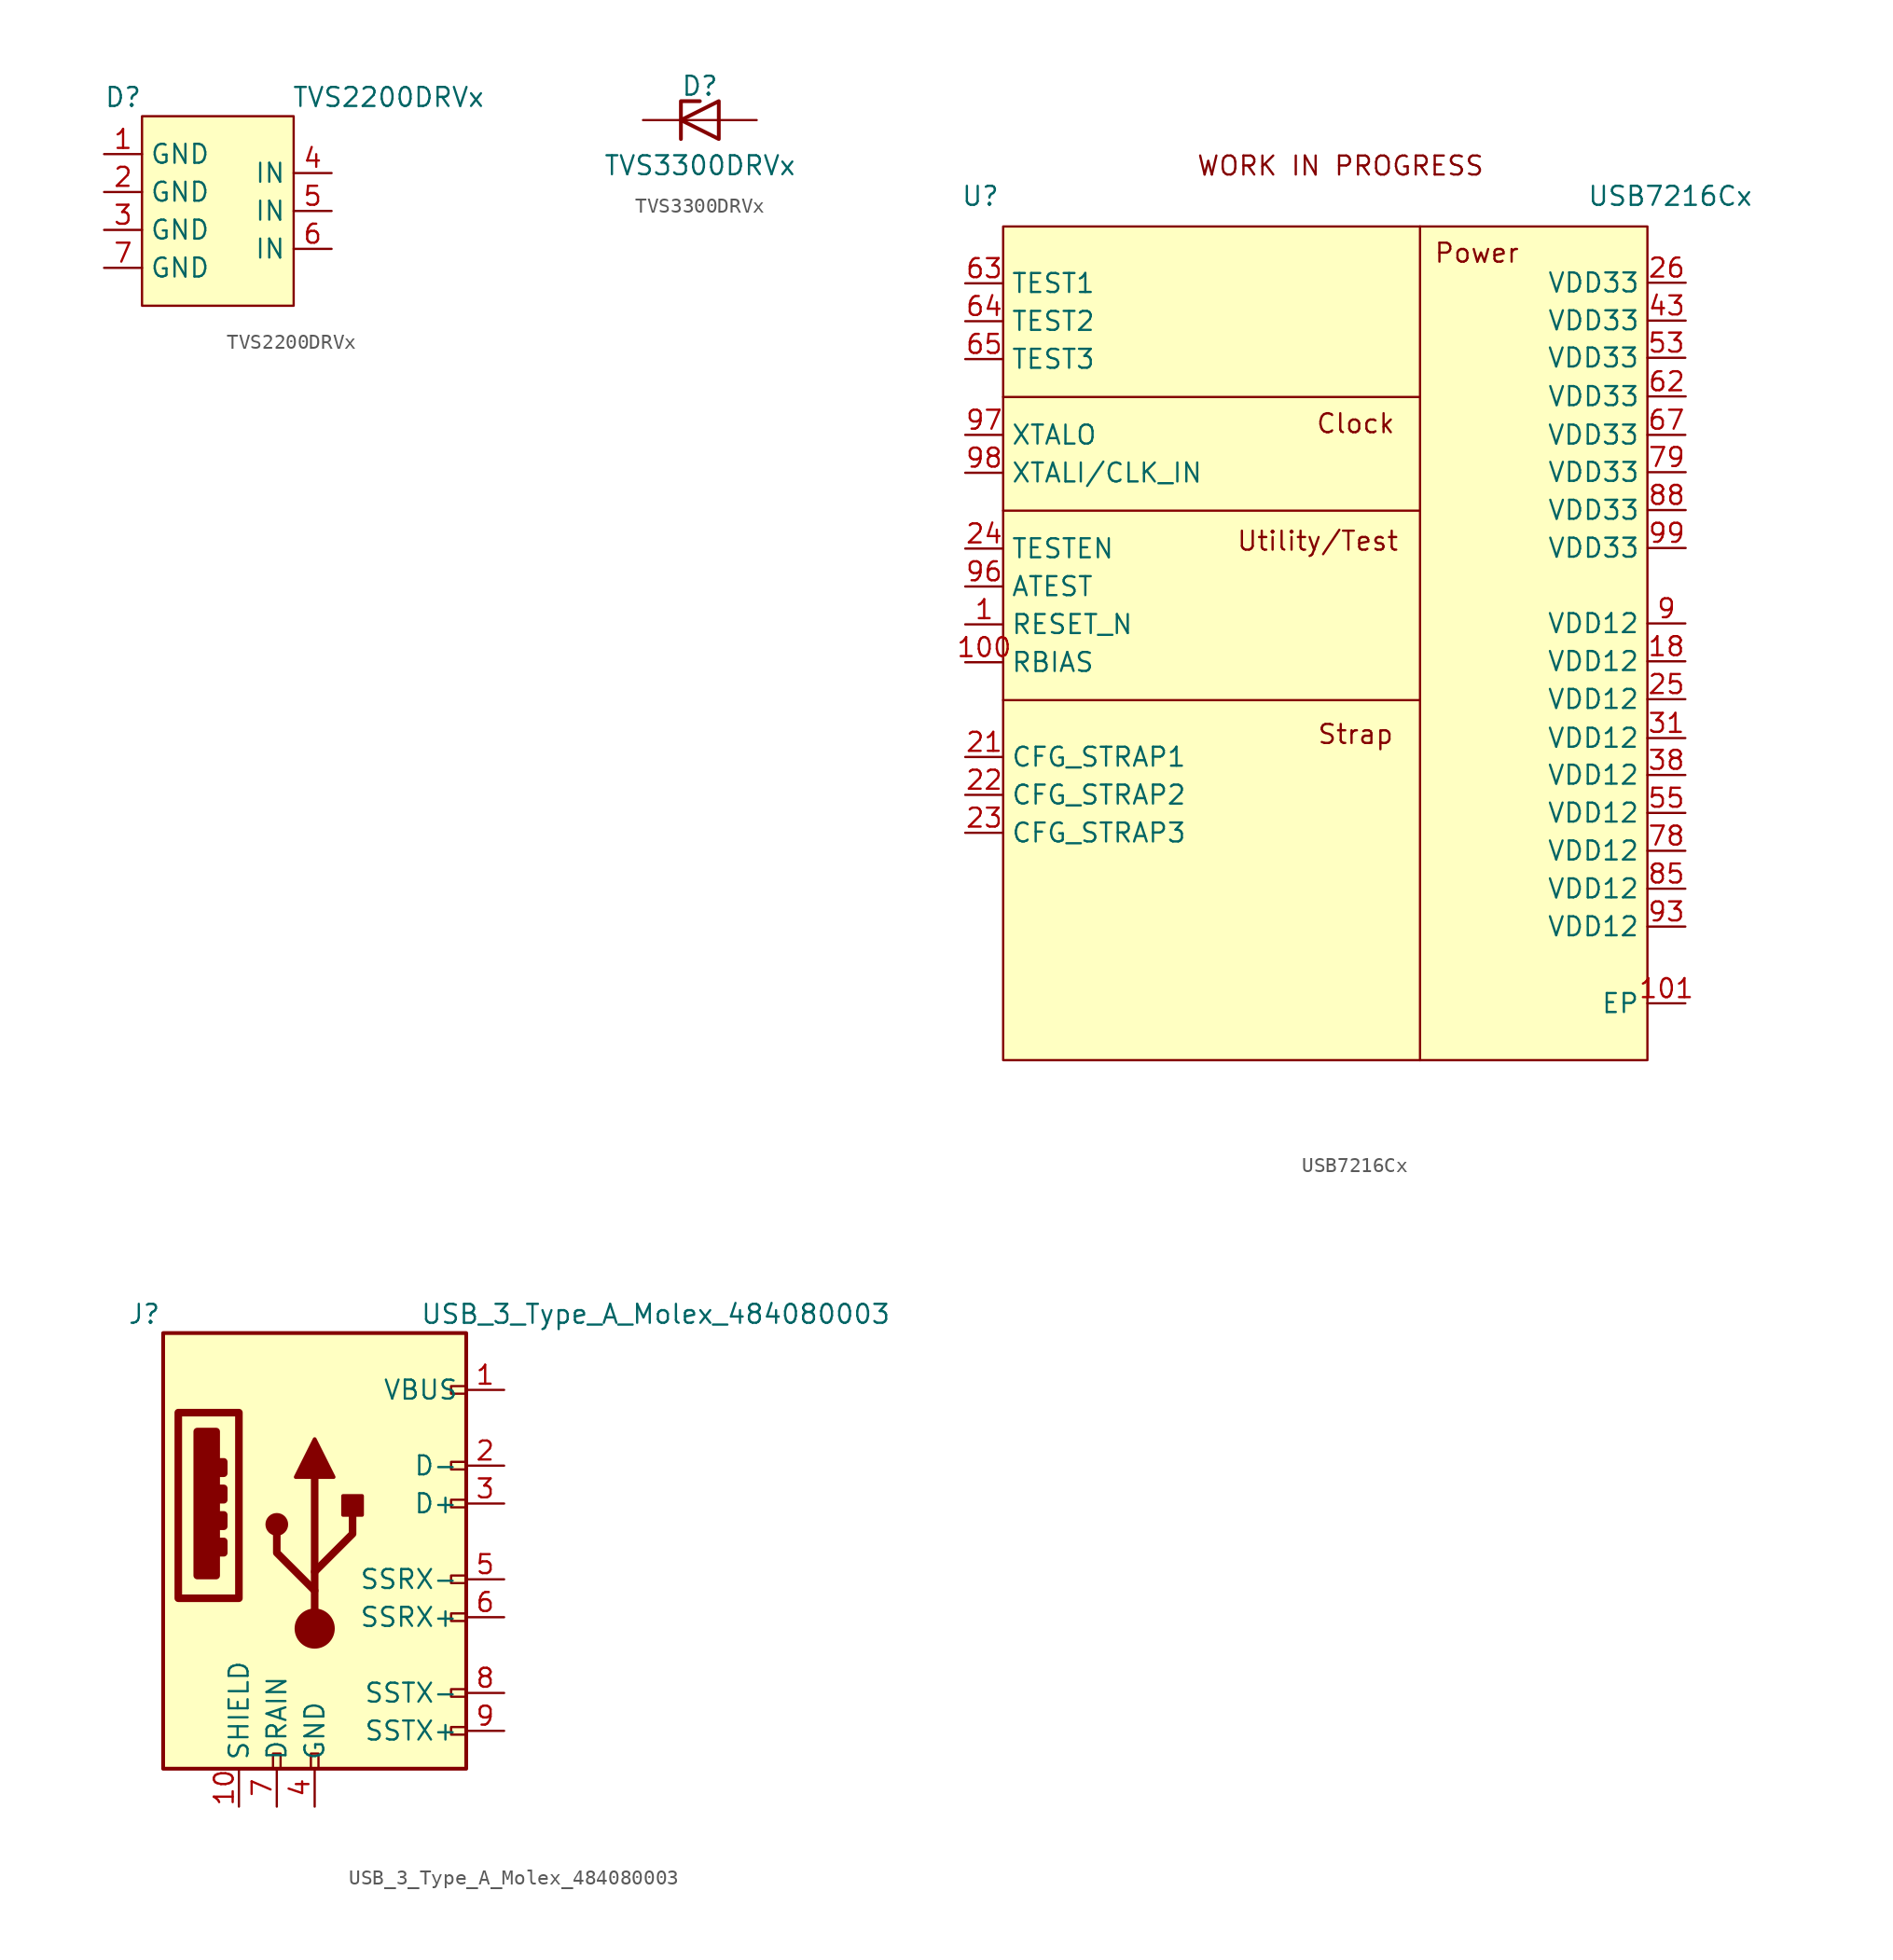
<source format=kicad_sym>
(kicad_symbol_lib
  (version 20231120)
  (generator "kicad_symbol_editor")
  (generator_version "8.0")
  (symbol "TVS2200DRVx"
    (property "Reference" "D"
      (at -6.35 7.62 0)
      (effects (font (size 1.27 1.27))))
    (property "Value" "TVS2200DRVx"
      (at 11.43 7.62 0)
      (effects (font (size 1.27 1.27))))
    (symbol "TVS2200DRVx_1_1"
      (rectangle (start -5.08 6.35) (end 5.08 -6.35) (stroke (width 0) (type default)) (fill (type background)))
      (pin power_in line (at -7.62 3.81 0) (length 2.54) (name "GND" (effects (font (size 1.27 1.27)))) (number "1" (effects (font (size 1.27 1.27)))))
      (pin power_in line (at -7.62 1.27 0) (length 2.54) (name "GND" (effects (font (size 1.27 1.27)))) (number "2" (effects (font (size 1.27 1.27)))))
      (pin power_in line (at -7.62 -1.27 0) (length 2.54) (name "GND" (effects (font (size 1.27 1.27)))) (number "3" (effects (font (size 1.27 1.27)))))
      (pin power_in line (at 7.62 2.54 180) (length 2.54) (name "IN" (effects (font (size 1.27 1.27)))) (number "4" (effects (font (size 1.27 1.27)))))
      (pin power_in line (at 7.62 0 180) (length 2.54) (name "IN" (effects (font (size 1.27 1.27)))) (number "5" (effects (font (size 1.27 1.27)))))
      (pin power_in line (at 7.62 -2.54 180) (length 2.54) (name "IN" (effects (font (size 1.27 1.27)))) (number "6" (effects (font (size 1.27 1.27)))))
      (pin power_in line (at -7.62 -3.81 0) (length 2.54) (name "GND" (effects (font (size 1.27 1.27)))) (number "7" (effects (font (size 1.27 1.27)))))))
  (symbol "TVS3300DRVx"
    (property "Reference" "D"
      (at 0 2.286 0)
      (effects (font (size 1.27 1.27))))
    (property "Value" "TVS3300DRVx"
      (at 0 -3.048 0)
      (effects (font (size 1.27 1.27))))
    (symbol "TVS3300DRVx_0_1"
      (polyline (pts (xy 1.27 0) (xy -1.27 0)) (stroke (width 0) (type default)) (fill (type none)))
      (polyline (pts (xy 1.27 1.27) (xy 1.27 -1.27) (xy -1.27 0) (xy 1.27 1.27)) (stroke (width 0.254) (type default)) (fill (type none))))
    (symbol "TVS3300DRVx_1_1"
      (polyline (pts (xy -1.27 -1.27) (xy -1.27 1.27) (xy 0 1.27)) (stroke (width 0.254) (type default)) (fill (type none)))
      (pin passive line (at 3.81 0 180) (length 2.54) (name "A" (effects (font (size 0 0)))) (number "1" (effects (font (size 0 0)))))
      (pin passive line (at 3.81 0 180) (length 2.54) hide (name "A" (effects (font (size 1.27 1.27)))) (number "2" (effects (font (size 1.27 1.27)))))
      (pin passive line (at 3.81 0 180) (length 2.54) hide (name "A" (effects (font (size 1.27 1.27)))) (number "3" (effects (font (size 1.27 1.27)))))
      (pin passive line (at -3.81 0 0) (length 2.54) (name "K" (effects (font (size 0 0)))) (number "4" (effects (font (size 0 0)))))
      (pin passive line (at -3.81 0 0) (length 2.54) hide (name "K" (effects (font (size 1.27 1.27)))) (number "5" (effects (font (size 1.27 1.27)))))
      (pin passive line (at -3.81 0 0) (length 2.54) hide (name "K" (effects (font (size 1.27 1.27)))) (number "6" (effects (font (size 1.27 1.27)))))
      (pin passive line (at 3.81 0 180) (length 2.54) hide (name "A" (effects (font (size 1.27 1.27)))) (number "7" (effects (font (size 1.27 1.27)))))))
  (symbol "USB7216Cx"
    (property "Reference" "U"
      (at -23.114 29.972 0)
      (effects (font (size 1.27 1.27))))
    (property "Value" "USB7216Cx"
      (at 23.114 29.972 0)
      (effects (font (size 1.27 1.27))))
    (property "ki_locked" ""
      (at 0 0 0)
      (effects (font (size 1.27 1.27))))
    (symbol "USB7216Cx_1_1"
      (rectangle (start -21.59 27.94) (end 21.59 -27.94) (stroke (width 0) (type default)) (fill (type background)))
      (polyline (pts (xy -21.59 -3.81) (xy 6.35 -3.81)) (stroke (width 0) (type default)) (fill (type none)))
      (polyline (pts (xy -21.59 8.89) (xy 6.35 8.89)) (stroke (width 0) (type default)) (fill (type none)))
      (polyline (pts (xy -21.59 16.51) (xy 6.35 16.51)) (stroke (width 0) (type default)) (fill (type none)))
      (polyline (pts (xy 6.35 27.94) (xy 6.35 -27.94)) (stroke (width 0) (type default)) (fill (type none)))
      (text "Clock" (at 2.032 14.732 0) (effects (font (size 1.27 1.27))))
      (text "Power" (at 10.16 26.162 0) (effects (font (size 1.27 1.27))))
      (text "Strap" (at 2.032 -6.096 0) (effects (font (size 1.27 1.27))))
      (text "Utility/Test" (at -0.508 6.858 0) (effects (font (size 1.27 1.27))))
      (text "WORK IN PROGRESS" (at 1.016 32.004 0) (effects (font (size 1.27 1.27))))
      (pin passive line (at -24.13 1.27 0) (length 2.54) (name "RESET_N" (effects (font (size 1.27 1.27)))) (number "1" (effects (font (size 1.27 1.27)))))
      (pin passive line (at -24.13 -1.27 0) (length 2.54) (name "RBIAS" (effects (font (size 1.27 1.27)))) (number "100" (effects (font (size 1.27 1.27)))))
      (pin power_in line (at 24.13 -24.13 180) (length 2.54) (name "EP" (effects (font (size 1.27 1.27)))) (number "101" (effects (font (size 1.27 1.27)))))
      (pin power_in line (at 24.13 -1.206 180) (length 2.54) (name "VDD12" (effects (font (size 1.27 1.27)))) (number "18" (effects (font (size 1.27 1.27)))))
      (pin passive line (at -24.13 -7.62 0) (length 2.54) (name "CFG_STRAP1" (effects (font (size 1.27 1.27)))) (number "21" (effects (font (size 1.27 1.27)))))
      (pin passive line (at -24.13 -10.16 0) (length 2.54) (name "CFG_STRAP2" (effects (font (size 1.27 1.27)))) (number "22" (effects (font (size 1.27 1.27)))))
      (pin passive line (at -24.13 -12.7 0) (length 2.54) (name "CFG_STRAP3" (effects (font (size 1.27 1.27)))) (number "23" (effects (font (size 1.27 1.27)))))
      (pin passive line (at -24.13 6.35 0) (length 2.54) (name "TESTEN" (effects (font (size 1.27 1.27)))) (number "24" (effects (font (size 1.27 1.27)))))
      (pin power_in line (at 24.13 -3.747 180) (length 2.54) (name "VDD12" (effects (font (size 1.27 1.27)))) (number "25" (effects (font (size 1.27 1.27)))))
      (pin power_in line (at 24.153 24.169 180) (length 2.54) (name "VDD33" (effects (font (size 1.27 1.27)))) (number "26" (effects (font (size 1.27 1.27)))))
      (pin power_in line (at 24.13 -6.35 180) (length 2.54) (name "VDD12" (effects (font (size 1.27 1.27)))) (number "31" (effects (font (size 1.27 1.27)))))
      (pin power_in line (at 24.13 -8.826 180) (length 2.54) (name "VDD12" (effects (font (size 1.27 1.27)))) (number "38" (effects (font (size 1.27 1.27)))))
      (pin power_in line (at 24.153 21.63 180) (length 2.54) (name "VDD33" (effects (font (size 1.27 1.27)))) (number "43" (effects (font (size 1.27 1.27)))))
      (pin power_in line (at 24.13 19.138 180) (length 2.54) (name "VDD33" (effects (font (size 1.27 1.27)))) (number "53" (effects (font (size 1.27 1.27)))))
      (pin power_in line (at 24.13 -11.367 180) (length 2.54) (name "VDD12" (effects (font (size 1.27 1.27)))) (number "55" (effects (font (size 1.27 1.27)))))
      (pin power_in line (at 24.153 16.549 180) (length 2.54) (name "VDD33" (effects (font (size 1.27 1.27)))) (number "62" (effects (font (size 1.27 1.27)))))
      (pin passive line (at -24.13 24.13 0) (length 2.54) (name "TEST1" (effects (font (size 1.27 1.27)))) (number "63" (effects (font (size 1.27 1.27)))))
      (pin passive line (at -24.13 21.59 0) (length 2.54) (name "TEST2" (effects (font (size 1.27 1.27)))) (number "64" (effects (font (size 1.27 1.27)))))
      (pin passive line (at -24.13 19.05 0) (length 2.54) (name "TEST3" (effects (font (size 1.27 1.27)))) (number "65" (effects (font (size 1.27 1.27)))))
      (pin power_in line (at 24.13 13.97 180) (length 2.54) (name "VDD33" (effects (font (size 1.27 1.27)))) (number "67" (effects (font (size 1.27 1.27)))))
      (pin power_in line (at 24.13 -13.906 180) (length 2.54) (name "VDD12" (effects (font (size 1.27 1.27)))) (number "78" (effects (font (size 1.27 1.27)))))
      (pin power_in line (at 24.153 11.47 180) (length 2.54) (name "VDD33" (effects (font (size 1.27 1.27)))) (number "79" (effects (font (size 1.27 1.27)))))
      (pin power_in line (at 24.13 -16.447 180) (length 2.54) (name "VDD12" (effects (font (size 1.27 1.27)))) (number "85" (effects (font (size 1.27 1.27)))))
      (pin power_in line (at 24.153 8.93 180) (length 2.54) (name "VDD33" (effects (font (size 1.27 1.27)))) (number "88" (effects (font (size 1.27 1.27)))))
      (pin power_in line (at 24.13 1.333 180) (length 2.54) (name "VDD12" (effects (font (size 1.27 1.27)))) (number "9" (effects (font (size 1.27 1.27)))))
      (pin power_in line (at 24.13 -18.986 180) (length 2.54) (name "VDD12" (effects (font (size 1.27 1.27)))) (number "93" (effects (font (size 1.27 1.27)))))
      (pin passive line (at -24.13 3.81 0) (length 2.54) (name "ATEST" (effects (font (size 1.27 1.27)))) (number "96" (effects (font (size 1.27 1.27)))))
      (pin passive line (at -24.13 13.97 0) (length 2.54) (name "XTALO" (effects (font (size 1.27 1.27)))) (number "97" (effects (font (size 1.27 1.27)))))
      (pin passive line (at -24.13 11.43 0) (length 2.54) (name "XTALI/CLK_IN" (effects (font (size 1.27 1.27)))) (number "98" (effects (font (size 1.27 1.27)))))
      (pin power_in line (at 24.153 6.389 180) (length 2.54) (name "VDD33" (effects (font (size 1.27 1.27)))) (number "99" (effects (font (size 1.27 1.27)))))))
  (symbol "USB_3_Type_A_Molex_484080003"
    (property "Reference" "J"
      (at -11.43 15.24 0)
      (effects (font (size 1.27 1.27))))
    (property "Value" "USB_3_Type_A_Molex_484080003"
      (at 22.86 15.24 0)
      (effects (font (size 1.27 1.27))))
    (symbol "USB_3_Type_A_Molex_484080003_0_0"
      (rectangle (start -9.144 8.636) (end -5.08 -3.81) (stroke (width 0.508) (type default)) (fill (type none)))
      (rectangle (start -7.874 7.366) (end -6.604 -2.286) (stroke (width 0.508) (type default)) (fill (type outline)))
      (rectangle (start -6.35 0) (end -6.096 -0.762) (stroke (width 0.508) (type default)) (fill (type none)))
      (rectangle (start -6.35 1.778) (end -6.096 1.016) (stroke (width 0.508) (type default)) (fill (type none)))
      (rectangle (start -6.35 3.556) (end -6.096 2.794) (stroke (width 0.508) (type default)) (fill (type none)))
      (rectangle (start -6.35 5.334) (end -6.096 4.572) (stroke (width 0.508) (type default)) (fill (type none)))
      (rectangle (start -2.794 -15.24) (end -2.286 -14.224) (stroke (width 0) (type default)) (fill (type none)))
      (rectangle (start -0.254 -15.24) (end 0.254 -14.224) (stroke (width 0) (type default)) (fill (type none)))
      (rectangle (start 10.16 -12.446) (end 9.144 -12.954) (stroke (width 0) (type default)) (fill (type none)))
      (rectangle (start 10.16 -9.906) (end 9.144 -10.414) (stroke (width 0) (type default)) (fill (type none)))
      (rectangle (start 10.16 -4.826) (end 9.144 -5.334) (stroke (width 0) (type default)) (fill (type none)))
      (rectangle (start 10.16 -2.286) (end 9.144 -2.794) (stroke (width 0) (type default)) (fill (type none)))
      (rectangle (start 10.16 2.794) (end 9.144 2.286) (stroke (width 0) (type default)) (fill (type none)))
      (rectangle (start 10.16 5.334) (end 9.144 4.826) (stroke (width 0) (type default)) (fill (type none)))
      (rectangle (start 10.16 10.414) (end 9.144 9.906) (stroke (width 0) (type default)) (fill (type none))))
    (symbol "USB_3_Type_A_Molex_484080003_0_1"
      (rectangle (start -10.16 13.97) (end 10.16 -15.24) (stroke (width 0.254) (type default)) (fill (type background))))
    (symbol "USB_3_Type_A_Molex_484080003_1_1"
      (circle (center -2.54 1.143) (radius 0.635) (stroke (width 0.254) (type default)) (fill (type outline)))
      (circle (center 0 -5.842) (radius 1.27) (stroke (width 0) (type default)) (fill (type outline)))
      (polyline (pts (xy 0 -5.842) (xy 0 4.318)) (stroke (width 0.508) (type default)) (fill (type none)))
      (polyline (pts (xy 0 -3.302) (xy -2.54 -0.762) (xy -2.54 0.508)) (stroke (width 0.508) (type default)) (fill (type none)))
      (polyline (pts (xy 0 -2.032) (xy 2.54 0.508) (xy 2.54 1.778)) (stroke (width 0.508) (type default)) (fill (type none)))
      (polyline (pts (xy -1.27 4.318) (xy 0 6.858) (xy 1.27 4.318) (xy -1.27 4.318)) (stroke (width 0.254) (type default)) (fill (type outline)))
      (rectangle (start 1.905 1.778) (end 3.175 3.048) (stroke (width 0.254) (type default)) (fill (type outline)))
      (pin passive line (at 12.7 10.16 180) (length 2.54) (name "VBUS" (effects (font (size 1.27 1.27)))) (number "1" (effects (font (size 1.27 1.27)))))
      (pin passive line (at -5.08 -17.78 90) (length 2.54) (name "SHIELD" (effects (font (size 1.27 1.27)))) (number "10" (effects (font (size 1.27 1.27)))))
      (pin bidirectional line (at 12.7 5.08 180) (length 2.54) (name "D-" (effects (font (size 1.27 1.27)))) (number "2" (effects (font (size 1.27 1.27)))))
      (pin bidirectional line (at 12.7 2.54 180) (length 2.54) (name "D+" (effects (font (size 1.27 1.27)))) (number "3" (effects (font (size 1.27 1.27)))))
      (pin power_in line (at 0 -17.78 90) (length 2.54) (name "GND" (effects (font (size 1.27 1.27)))) (number "4" (effects (font (size 1.27 1.27)))))
      (pin output line (at 12.7 -2.54 180) (length 2.54) (name "SSRX-" (effects (font (size 1.27 1.27)))) (number "5" (effects (font (size 1.27 1.27)))))
      (pin output line (at 12.7 -5.08 180) (length 2.54) (name "SSRX+" (effects (font (size 1.27 1.27)))) (number "6" (effects (font (size 1.27 1.27)))))
      (pin passive line (at -2.54 -17.78 90) (length 2.54) (name "DRAIN" (effects (font (size 1.27 1.27)))) (number "7" (effects (font (size 1.27 1.27)))))
      (pin input line (at 12.7 -10.16 180) (length 2.54) (name "SSTX-" (effects (font (size 1.27 1.27)))) (number "8" (effects (font (size 1.27 1.27)))))
      (pin input line (at 12.7 -12.7 180) (length 2.54) (name "SSTX+" (effects (font (size 1.27 1.27)))) (number "9" (effects (font (size 1.27 1.27))))))))
</source>
